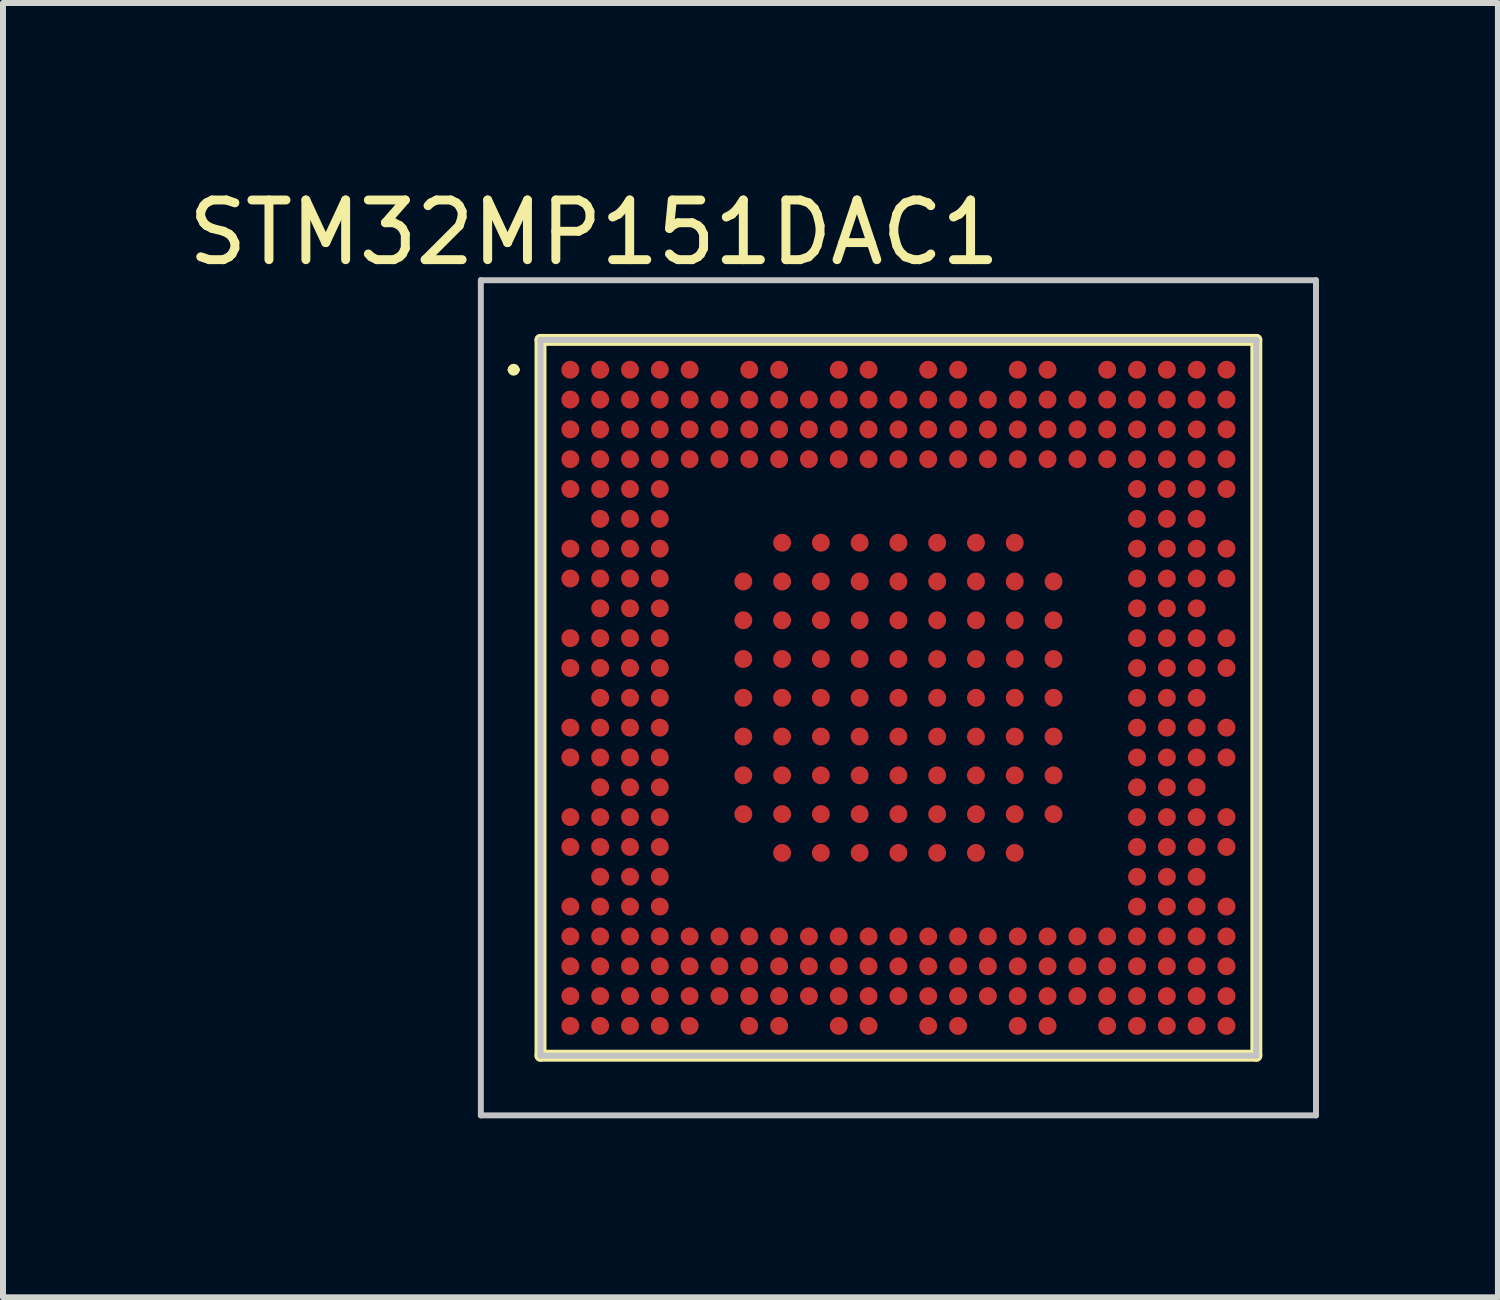
<source format=kicad_pcb>
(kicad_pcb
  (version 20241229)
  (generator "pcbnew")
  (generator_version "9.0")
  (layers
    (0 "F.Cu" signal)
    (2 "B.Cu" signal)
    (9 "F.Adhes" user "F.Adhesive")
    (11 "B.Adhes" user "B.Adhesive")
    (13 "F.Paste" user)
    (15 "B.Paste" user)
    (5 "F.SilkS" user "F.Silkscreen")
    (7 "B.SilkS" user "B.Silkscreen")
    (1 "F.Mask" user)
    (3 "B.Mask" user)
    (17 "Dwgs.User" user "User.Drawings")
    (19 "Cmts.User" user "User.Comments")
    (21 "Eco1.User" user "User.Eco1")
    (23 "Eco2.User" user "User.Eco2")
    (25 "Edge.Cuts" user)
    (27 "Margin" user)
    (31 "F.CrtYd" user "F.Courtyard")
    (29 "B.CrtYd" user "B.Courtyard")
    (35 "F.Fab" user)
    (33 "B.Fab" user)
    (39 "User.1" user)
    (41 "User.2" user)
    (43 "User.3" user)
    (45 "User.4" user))
  (footprint "STM32MP151DAC1"
    (layer "F.Cu")
    (at 12.011 8.648)
    (property "Reference" "STM32MP151DAC1" (at -5.1 -7.8 0) (layer "F.SilkS") (effects (font (size 1 1) (thickness 0.15))))
    (attr through_hole)
    (fp_line (start -6.5 -5.5) (end -6.5 -5.5) (stroke (width 0.1) (type solid)) (layer "F.SilkS"))
    (fp_line (start -6.4 -5.5) (end -6.4 -5.5) (stroke (width 0.1) (type solid)) (layer "F.SilkS"))
    (fp_line (start -6 -6) (end -6 6) (stroke (width 0.2) (type solid)) (layer "F.SilkS"))
    (fp_line (start -6 6) (end 6 6) (stroke (width 0.2) (type solid)) (layer "F.SilkS"))
    (fp_line (start 6 -6) (end -6 -6) (stroke (width 0.2) (type solid)) (layer "F.SilkS"))
    (fp_line (start 6 6) (end 6 -6) (stroke (width 0.2) (type solid)) (layer "F.SilkS"))
    (fp_arc (start -6.5 -5.5) (mid -6.45 -5.55) (end -6.4 -5.5) (stroke (width 0.1) (type solid)) (layer "F.SilkS"))
    (fp_arc (start -6.4 -5.5) (mid -6.45 -5.45) (end -6.5 -5.5) (stroke (width 0.1) (type solid)) (layer "F.SilkS"))
    (fp_line (start -7 -7) (end -7 7) (stroke (width 0.1) (type solid)) (layer "Dwgs.User"))
    (fp_line (start -7 7) (end 7 7) (stroke (width 0.1) (type solid)) (layer "Dwgs.User"))
    (fp_line (start -6 -6) (end -6 6) (stroke (width 0.1) (type solid)) (layer "Dwgs.User"))
    (fp_line (start -6 6) (end 6 6) (stroke (width 0.1) (type solid)) (layer "Dwgs.User"))
    (fp_line (start 6 -6) (end -6 -6) (stroke (width 0.1) (type solid)) (layer "Dwgs.User"))
    (fp_line (start 6 6) (end 6 -6) (stroke (width 0.1) (type solid)) (layer "Dwgs.User"))
    (fp_line (start 7 -7) (end -7 -7) (stroke (width 0.1) (type solid)) (layer "Dwgs.User"))
    (fp_line (start 7 7) (end 7 -7) (stroke (width 0.1) (type solid)) (layer "Dwgs.User"))
    (pad "A1" smd circle (at -5.5 -5.5 90) (size 0.3 0.3) (layers "F.Cu" "F.Mask" "F.Paste"))
    (pad "A2" smd circle (at -5 -5.5 90) (size 0.3 0.3) (layers "F.Cu" "F.Mask" "F.Paste"))
    (pad "A3" smd circle (at -4.5 -5.5 90) (size 0.3 0.3) (layers "F.Cu" "F.Mask" "F.Paste"))
    (pad "A4" smd circle (at -4 -5.5 90) (size 0.3 0.3) (layers "F.Cu" "F.Mask" "F.Paste"))
    (pad "A5" smd circle (at -3.5 -5.5 90) (size 0.3 0.3) (layers "F.Cu" "F.Mask" "F.Paste"))
    (pad "A7" smd circle (at -2.5 -5.5 90) (size 0.3 0.3) (layers "F.Cu" "F.Mask" "F.Paste"))
    (pad "A8" smd circle (at -2 -5.5 90) (size 0.3 0.3) (layers "F.Cu" "F.Mask" "F.Paste"))
    (pad "A10" smd circle (at -1 -5.5 90) (size 0.3 0.3) (layers "F.Cu" "F.Mask" "F.Paste"))
    (pad "A11" smd circle (at -0.5 -5.5 90) (size 0.3 0.3) (layers "F.Cu" "F.Mask" "F.Paste"))
    (pad "A13" smd circle (at 0.5 -5.5 90) (size 0.3 0.3) (layers "F.Cu" "F.Mask" "F.Paste"))
    (pad "A14" smd circle (at 1 -5.5 90) (size 0.3 0.3) (layers "F.Cu" "F.Mask" "F.Paste"))
    (pad "A16" smd circle (at 2 -5.5 90) (size 0.3 0.3) (layers "F.Cu" "F.Mask" "F.Paste"))
    (pad "A17" smd circle (at 2.5 -5.5 90) (size 0.3 0.3) (layers "F.Cu" "F.Mask" "F.Paste"))
    (pad "A19" smd circle (at 3.5 -5.5 90) (size 0.3 0.3) (layers "F.Cu" "F.Mask" "F.Paste"))
    (pad "A20" smd circle (at 4 -5.5 90) (size 0.3 0.3) (layers "F.Cu" "F.Mask" "F.Paste"))
    (pad "A21" smd circle (at 4.5 -5.5 90) (size 0.3 0.3) (layers "F.Cu" "F.Mask" "F.Paste"))
    (pad "A22" smd circle (at 5 -5.5 90) (size 0.3 0.3) (layers "F.Cu" "F.Mask" "F.Paste"))
    (pad "A23" smd circle (at 5.5 -5.5 90) (size 0.3 0.3) (layers "F.Cu" "F.Mask" "F.Paste"))
    (pad "AA1" smd circle (at -5.5 4.5 90) (size 0.3 0.3) (layers "F.Cu" "F.Mask" "F.Paste"))
    (pad "AA2" smd circle (at -5 4.5 90) (size 0.3 0.3) (layers "F.Cu" "F.Mask" "F.Paste"))
    (pad "AA3" smd circle (at -4.5 4.5 90) (size 0.3 0.3) (layers "F.Cu" "F.Mask" "F.Paste"))
    (pad "AA4" smd circle (at -4 4.5 90) (size 0.3 0.3) (layers "F.Cu" "F.Mask" "F.Paste"))
    (pad "AA5" smd circle (at -3.5 4.5 90) (size 0.3 0.3) (layers "F.Cu" "F.Mask" "F.Paste"))
    (pad "AA6" smd circle (at -3 4.5 90) (size 0.3 0.3) (layers "F.Cu" "F.Mask" "F.Paste"))
    (pad "AA7" smd circle (at -2.5 4.5 90) (size 0.3 0.3) (layers "F.Cu" "F.Mask" "F.Paste"))
    (pad "AA8" smd circle (at -2 4.5 90) (size 0.3 0.3) (layers "F.Cu" "F.Mask" "F.Paste"))
    (pad "AA9" smd circle (at -1.5 4.5 90) (size 0.3 0.3) (layers "F.Cu" "F.Mask" "F.Paste"))
    (pad "AA10" smd circle (at -1 4.5 90) (size 0.3 0.3) (layers "F.Cu" "F.Mask" "F.Paste"))
    (pad "AA11" smd circle (at -0.5 4.5 90) (size 0.3 0.3) (layers "F.Cu" "F.Mask" "F.Paste"))
    (pad "AA12" smd circle (at 0 4.5 90) (size 0.3 0.3) (layers "F.Cu" "F.Mask" "F.Paste"))
    (pad "AA13" smd circle (at 0.5 4.5 90) (size 0.3 0.3) (layers "F.Cu" "F.Mask" "F.Paste"))
    (pad "AA14" smd circle (at 1 4.5 90) (size 0.3 0.3) (layers "F.Cu" "F.Mask" "F.Paste"))
    (pad "AA15" smd circle (at 1.5 4.5 90) (size 0.3 0.3) (layers "F.Cu" "F.Mask" "F.Paste"))
    (pad "AA16" smd circle (at 2 4.5 90) (size 0.3 0.3) (layers "F.Cu" "F.Mask" "F.Paste"))
    (pad "AA17" smd circle (at 2.5 4.5 90) (size 0.3 0.3) (layers "F.Cu" "F.Mask" "F.Paste"))
    (pad "AA18" smd circle (at 3 4.5 90) (size 0.3 0.3) (layers "F.Cu" "F.Mask" "F.Paste"))
    (pad "AA19" smd circle (at 3.5 4.5 90) (size 0.3 0.3) (layers "F.Cu" "F.Mask" "F.Paste"))
    (pad "AA20" smd circle (at 4 4.5 90) (size 0.3 0.3) (layers "F.Cu" "F.Mask" "F.Paste"))
    (pad "AA21" smd circle (at 4.5 4.5 90) (size 0.3 0.3) (layers "F.Cu" "F.Mask" "F.Paste"))
    (pad "AA22" smd circle (at 5 4.5 90) (size 0.3 0.3) (layers "F.Cu" "F.Mask" "F.Paste"))
    (pad "AA23" smd circle (at 5.5 4.5 90) (size 0.3 0.3) (layers "F.Cu" "F.Mask" "F.Paste"))
    (pad "AAA2" smd circle (at -1.95 -2.6 90) (size 0.3 0.3) (layers "F.Cu" "F.Mask" "F.Paste"))
    (pad "AAA3" smd circle (at -1.3 -2.6 90) (size 0.3 0.3) (layers "F.Cu" "F.Mask" "F.Paste"))
    (pad "AAA4" smd circle (at -0.65 -2.6 90) (size 0.3 0.3) (layers "F.Cu" "F.Mask" "F.Paste"))
    (pad "AAA5" smd circle (at 0 -2.6 90) (size 0.3 0.3) (layers "F.Cu" "F.Mask" "F.Paste"))
    (pad "AAA6" smd circle (at 0.65 -2.6 90) (size 0.3 0.3) (layers "F.Cu" "F.Mask" "F.Paste"))
    (pad "AAA7" smd circle (at 1.3 -2.6 90) (size 0.3 0.3) (layers "F.Cu" "F.Mask" "F.Paste"))
    (pad "AAA8" smd circle (at 1.95 -2.6 90) (size 0.3 0.3) (layers "F.Cu" "F.Mask" "F.Paste"))
    (pad "AB1" smd circle (at -5.5 5 90) (size 0.3 0.3) (layers "F.Cu" "F.Mask" "F.Paste"))
    (pad "AB2" smd circle (at -5 5 90) (size 0.3 0.3) (layers "F.Cu" "F.Mask" "F.Paste"))
    (pad "AB3" smd circle (at -4.5 5 90) (size 0.3 0.3) (layers "F.Cu" "F.Mask" "F.Paste"))
    (pad "AB4" smd circle (at -4 5 90) (size 0.3 0.3) (layers "F.Cu" "F.Mask" "F.Paste"))
    (pad "AB5" smd circle (at -3.5 5 90) (size 0.3 0.3) (layers "F.Cu" "F.Mask" "F.Paste"))
    (pad "AB6" smd circle (at -3 5 90) (size 0.3 0.3) (layers "F.Cu" "F.Mask" "F.Paste"))
    (pad "AB7" smd circle (at -2.5 5 90) (size 0.3 0.3) (layers "F.Cu" "F.Mask" "F.Paste"))
    (pad "AB8" smd circle (at -2 5 90) (size 0.3 0.3) (layers "F.Cu" "F.Mask" "F.Paste"))
    (pad "AB9" smd circle (at -1.5 5 90) (size 0.3 0.3) (layers "F.Cu" "F.Mask" "F.Paste"))
    (pad "AB10" smd circle (at -1 5 90) (size 0.3 0.3) (layers "F.Cu" "F.Mask" "F.Paste"))
    (pad "AB11" smd circle (at -0.5 5 90) (size 0.3 0.3) (layers "F.Cu" "F.Mask" "F.Paste"))
    (pad "AB12" smd circle (at 0 5 90) (size 0.3 0.3) (layers "F.Cu" "F.Mask" "F.Paste"))
    (pad "AB13" smd circle (at 0.5 5 90) (size 0.3 0.3) (layers "F.Cu" "F.Mask" "F.Paste"))
    (pad "AB14" smd circle (at 1 5 90) (size 0.3 0.3) (layers "F.Cu" "F.Mask" "F.Paste"))
    (pad "AB15" smd circle (at 1.5 5 90) (size 0.3 0.3) (layers "F.Cu" "F.Mask" "F.Paste"))
    (pad "AB16" smd circle (at 2 5 90) (size 0.3 0.3) (layers "F.Cu" "F.Mask" "F.Paste"))
    (pad "AB17" smd circle (at 2.5 5 90) (size 0.3 0.3) (layers "F.Cu" "F.Mask" "F.Paste"))
    (pad "AB18" smd circle (at 3 5 90) (size 0.3 0.3) (layers "F.Cu" "F.Mask" "F.Paste"))
    (pad "AB19" smd circle (at 3.5 5 90) (size 0.3 0.3) (layers "F.Cu" "F.Mask" "F.Paste"))
    (pad "AB20" smd circle (at 4 5 90) (size 0.3 0.3) (layers "F.Cu" "F.Mask" "F.Paste"))
    (pad "AB21" smd circle (at 4.5 5 90) (size 0.3 0.3) (layers "F.Cu" "F.Mask" "F.Paste"))
    (pad "AB22" smd circle (at 5 5 90) (size 0.3 0.3) (layers "F.Cu" "F.Mask" "F.Paste"))
    (pad "AB23" smd circle (at 5.5 5 90) (size 0.3 0.3) (layers "F.Cu" "F.Mask" "F.Paste"))
    (pad "AC1" smd circle (at -5.5 5.5 90) (size 0.3 0.3) (layers "F.Cu" "F.Mask" "F.Paste"))
    (pad "AC2" smd circle (at -5 5.5 90) (size 0.3 0.3) (layers "F.Cu" "F.Mask" "F.Paste"))
    (pad "AC3" smd circle (at -4.5 5.5 90) (size 0.3 0.3) (layers "F.Cu" "F.Mask" "F.Paste"))
    (pad "AC4" smd circle (at -4 5.5 90) (size 0.3 0.3) (layers "F.Cu" "F.Mask" "F.Paste"))
    (pad "AC5" smd circle (at -3.5 5.5 90) (size 0.3 0.3) (layers "F.Cu" "F.Mask" "F.Paste"))
    (pad "AC7" smd circle (at -2.5 5.5 90) (size 0.3 0.3) (layers "F.Cu" "F.Mask" "F.Paste"))
    (pad "AC8" smd circle (at -2 5.5 90) (size 0.3 0.3) (layers "F.Cu" "F.Mask" "F.Paste"))
    (pad "AC10" smd circle (at -1 5.5 90) (size 0.3 0.3) (layers "F.Cu" "F.Mask" "F.Paste"))
    (pad "AC11" smd circle (at -0.5 5.5 90) (size 0.3 0.3) (layers "F.Cu" "F.Mask" "F.Paste"))
    (pad "AC13" smd circle (at 0.5 5.5 90) (size 0.3 0.3) (layers "F.Cu" "F.Mask" "F.Paste"))
    (pad "AC14" smd circle (at 1 5.5 90) (size 0.3 0.3) (layers "F.Cu" "F.Mask" "F.Paste"))
    (pad "AC16" smd circle (at 2 5.5 90) (size 0.3 0.3) (layers "F.Cu" "F.Mask" "F.Paste"))
    (pad "AC17" smd circle (at 2.5 5.5 90) (size 0.3 0.3) (layers "F.Cu" "F.Mask" "F.Paste"))
    (pad "AC19" smd circle (at 3.5 5.5 90) (size 0.3 0.3) (layers "F.Cu" "F.Mask" "F.Paste"))
    (pad "AC20" smd circle (at 4 5.5 90) (size 0.3 0.3) (layers "F.Cu" "F.Mask" "F.Paste"))
    (pad "AC21" smd circle (at 4.5 5.5 90) (size 0.3 0.3) (layers "F.Cu" "F.Mask" "F.Paste"))
    (pad "AC22" smd circle (at 5 5.5 90) (size 0.3 0.3) (layers "F.Cu" "F.Mask" "F.Paste"))
    (pad "AC23" smd circle (at 5.5 5.5 90) (size 0.3 0.3) (layers "F.Cu" "F.Mask" "F.Paste"))
    (pad "B1" smd circle (at -5.5 -5 90) (size 0.3 0.3) (layers "F.Cu" "F.Mask" "F.Paste"))
    (pad "B2" smd circle (at -5 -5 90) (size 0.3 0.3) (layers "F.Cu" "F.Mask" "F.Paste"))
    (pad "B3" smd circle (at -4.5 -5 90) (size 0.3 0.3) (layers "F.Cu" "F.Mask" "F.Paste"))
    (pad "B4" smd circle (at -4 -5 90) (size 0.3 0.3) (layers "F.Cu" "F.Mask" "F.Paste"))
    (pad "B5" smd circle (at -3.5 -5 90) (size 0.3 0.3) (layers "F.Cu" "F.Mask" "F.Paste"))
    (pad "B6" smd circle (at -3 -5 90) (size 0.3 0.3) (layers "F.Cu" "F.Mask" "F.Paste"))
    (pad "B7" smd circle (at -2.5 -5 90) (size 0.3 0.3) (layers "F.Cu" "F.Mask" "F.Paste"))
    (pad "B8" smd circle (at -2 -5 90) (size 0.3 0.3) (layers "F.Cu" "F.Mask" "F.Paste"))
    (pad "B9" smd circle (at -1.5 -5 90) (size 0.3 0.3) (layers "F.Cu" "F.Mask" "F.Paste"))
    (pad "B10" smd circle (at -1 -5 90) (size 0.3 0.3) (layers "F.Cu" "F.Mask" "F.Paste"))
    (pad "B11" smd circle (at -0.5 -5 90) (size 0.3 0.3) (layers "F.Cu" "F.Mask" "F.Paste"))
    (pad "B12" smd circle (at 0 -5 90) (size 0.3 0.3) (layers "F.Cu" "F.Mask" "F.Paste"))
    (pad "B13" smd circle (at 0.5 -5 90) (size 0.3 0.3) (layers "F.Cu" "F.Mask" "F.Paste"))
    (pad "B14" smd circle (at 1 -5 90) (size 0.3 0.3) (layers "F.Cu" "F.Mask" "F.Paste"))
    (pad "B15" smd circle (at 1.5 -5 90) (size 0.3 0.3) (layers "F.Cu" "F.Mask" "F.Paste"))
    (pad "B16" smd circle (at 2 -5 90) (size 0.3 0.3) (layers "F.Cu" "F.Mask" "F.Paste"))
    (pad "B17" smd circle (at 2.5 -5 90) (size 0.3 0.3) (layers "F.Cu" "F.Mask" "F.Paste"))
    (pad "B18" smd circle (at 3 -5 90) (size 0.3 0.3) (layers "F.Cu" "F.Mask" "F.Paste"))
    (pad "B19" smd circle (at 3.5 -5 90) (size 0.3 0.3) (layers "F.Cu" "F.Mask" "F.Paste"))
    (pad "B20" smd circle (at 4 -5 90) (size 0.3 0.3) (layers "F.Cu" "F.Mask" "F.Paste"))
    (pad "B21" smd circle (at 4.5 -5 90) (size 0.3 0.3) (layers "F.Cu" "F.Mask" "F.Paste"))
    (pad "B22" smd circle (at 5 -5 90) (size 0.3 0.3) (layers "F.Cu" "F.Mask" "F.Paste"))
    (pad "B23" smd circle (at 5.5 -5 90) (size 0.3 0.3) (layers "F.Cu" "F.Mask" "F.Paste"))
    (pad "BBB1" smd circle (at -2.6 -1.95 90) (size 0.3 0.3) (layers "F.Cu" "F.Mask" "F.Paste"))
    (pad "BBB2" smd circle (at -1.95 -1.95 90) (size 0.3 0.3) (layers "F.Cu" "F.Mask" "F.Paste"))
    (pad "BBB3" smd circle (at -1.3 -1.95 90) (size 0.3 0.3) (layers "F.Cu" "F.Mask" "F.Paste"))
    (pad "BBB4" smd circle (at -0.65 -1.95 90) (size 0.3 0.3) (layers "F.Cu" "F.Mask" "F.Paste"))
    (pad "BBB5" smd circle (at 0 -1.95 90) (size 0.3 0.3) (layers "F.Cu" "F.Mask" "F.Paste"))
    (pad "BBB6" smd circle (at 0.65 -1.95 90) (size 0.3 0.3) (layers "F.Cu" "F.Mask" "F.Paste"))
    (pad "BBB7" smd circle (at 1.3 -1.95 90) (size 0.3 0.3) (layers "F.Cu" "F.Mask" "F.Paste"))
    (pad "BBB8" smd circle (at 1.95 -1.95 90) (size 0.3 0.3) (layers "F.Cu" "F.Mask" "F.Paste"))
    (pad "BBB9" smd circle (at 2.6 -1.95 90) (size 0.3 0.3) (layers "F.Cu" "F.Mask" "F.Paste"))
    (pad "C1" smd circle (at -5.5 -4.5 90) (size 0.3 0.3) (layers "F.Cu" "F.Mask" "F.Paste"))
    (pad "C2" smd circle (at -5 -4.5 90) (size 0.3 0.3) (layers "F.Cu" "F.Mask" "F.Paste"))
    (pad "C3" smd circle (at -4.5 -4.5 90) (size 0.3 0.3) (layers "F.Cu" "F.Mask" "F.Paste"))
    (pad "C4" smd circle (at -4 -4.5 90) (size 0.3 0.3) (layers "F.Cu" "F.Mask" "F.Paste"))
    (pad "C5" smd circle (at -3.5 -4.5 90) (size 0.3 0.3) (layers "F.Cu" "F.Mask" "F.Paste"))
    (pad "C6" smd circle (at -3 -4.5 90) (size 0.3 0.3) (layers "F.Cu" "F.Mask" "F.Paste"))
    (pad "C7" smd circle (at -2.5 -4.5 90) (size 0.3 0.3) (layers "F.Cu" "F.Mask" "F.Paste"))
    (pad "C8" smd circle (at -2 -4.5 90) (size 0.3 0.3) (layers "F.Cu" "F.Mask" "F.Paste"))
    (pad "C9" smd circle (at -1.5 -4.5 90) (size 0.3 0.3) (layers "F.Cu" "F.Mask" "F.Paste"))
    (pad "C10" smd circle (at -1 -4.5 90) (size 0.3 0.3) (layers "F.Cu" "F.Mask" "F.Paste"))
    (pad "C11" smd circle (at -0.5 -4.5 90) (size 0.3 0.3) (layers "F.Cu" "F.Mask" "F.Paste"))
    (pad "C12" smd circle (at 0 -4.5 90) (size 0.3 0.3) (layers "F.Cu" "F.Mask" "F.Paste"))
    (pad "C13" smd circle (at 0.5 -4.5 90) (size 0.3 0.3) (layers "F.Cu" "F.Mask" "F.Paste"))
    (pad "C14" smd circle (at 1 -4.5 90) (size 0.3 0.3) (layers "F.Cu" "F.Mask" "F.Paste"))
    (pad "C15" smd circle (at 1.5 -4.5 90) (size 0.3 0.3) (layers "F.Cu" "F.Mask" "F.Paste"))
    (pad "C16" smd circle (at 2 -4.5 90) (size 0.3 0.3) (layers "F.Cu" "F.Mask" "F.Paste"))
    (pad "C17" smd circle (at 2.5 -4.5 90) (size 0.3 0.3) (layers "F.Cu" "F.Mask" "F.Paste"))
    (pad "C18" smd circle (at 3 -4.5 90) (size 0.3 0.3) (layers "F.Cu" "F.Mask" "F.Paste"))
    (pad "C19" smd circle (at 3.5 -4.5 90) (size 0.3 0.3) (layers "F.Cu" "F.Mask" "F.Paste"))
    (pad "C20" smd circle (at 4 -4.5 90) (size 0.3 0.3) (layers "F.Cu" "F.Mask" "F.Paste"))
    (pad "C21" smd circle (at 4.5 -4.5 90) (size 0.3 0.3) (layers "F.Cu" "F.Mask" "F.Paste"))
    (pad "C22" smd circle (at 5 -4.5 90) (size 0.3 0.3) (layers "F.Cu" "F.Mask" "F.Paste"))
    (pad "C23" smd circle (at 5.5 -4.5 90) (size 0.3 0.3) (layers "F.Cu" "F.Mask" "F.Paste"))
    (pad "CCC1" smd circle (at -2.6 -1.3 90) (size 0.3 0.3) (layers "F.Cu" "F.Mask" "F.Paste"))
    (pad "CCC2" smd circle (at -1.95 -1.3 90) (size 0.3 0.3) (layers "F.Cu" "F.Mask" "F.Paste"))
    (pad "CCC3" smd circle (at -1.3 -1.3 90) (size 0.3 0.3) (layers "F.Cu" "F.Mask" "F.Paste"))
    (pad "CCC4" smd circle (at -0.65 -1.3 90) (size 0.3 0.3) (layers "F.Cu" "F.Mask" "F.Paste"))
    (pad "CCC5" smd circle (at 0 -1.3 90) (size 0.3 0.3) (layers "F.Cu" "F.Mask" "F.Paste"))
    (pad "CCC6" smd circle (at 0.65 -1.3 90) (size 0.3 0.3) (layers "F.Cu" "F.Mask" "F.Paste"))
    (pad "CCC7" smd circle (at 1.3 -1.3 90) (size 0.3 0.3) (layers "F.Cu" "F.Mask" "F.Paste"))
    (pad "CCC8" smd circle (at 1.95 -1.3 90) (size 0.3 0.3) (layers "F.Cu" "F.Mask" "F.Paste"))
    (pad "CCC9" smd circle (at 2.6 -1.3 90) (size 0.3 0.3) (layers "F.Cu" "F.Mask" "F.Paste"))
    (pad "D1" smd circle (at -5.5 -4 90) (size 0.3 0.3) (layers "F.Cu" "F.Mask" "F.Paste"))
    (pad "D2" smd circle (at -5 -4 90) (size 0.3 0.3) (layers "F.Cu" "F.Mask" "F.Paste"))
    (pad "D3" smd circle (at -4.5 -4 90) (size 0.3 0.3) (layers "F.Cu" "F.Mask" "F.Paste"))
    (pad "D4" smd circle (at -4 -4 90) (size 0.3 0.3) (layers "F.Cu" "F.Mask" "F.Paste"))
    (pad "D5" smd circle (at -3.5 -4 90) (size 0.3 0.3) (layers "F.Cu" "F.Mask" "F.Paste"))
    (pad "D6" smd circle (at -3 -4 90) (size 0.3 0.3) (layers "F.Cu" "F.Mask" "F.Paste"))
    (pad "D7" smd circle (at -2.5 -4 90) (size 0.3 0.3) (layers "F.Cu" "F.Mask" "F.Paste"))
    (pad "D8" smd circle (at -2 -4 90) (size 0.3 0.3) (layers "F.Cu" "F.Mask" "F.Paste"))
    (pad "D9" smd circle (at -1.5 -4 90) (size 0.3 0.3) (layers "F.Cu" "F.Mask" "F.Paste"))
    (pad "D10" smd circle (at -1 -4 90) (size 0.3 0.3) (layers "F.Cu" "F.Mask" "F.Paste"))
    (pad "D11" smd circle (at -0.5 -4 90) (size 0.3 0.3) (layers "F.Cu" "F.Mask" "F.Paste"))
    (pad "D12" smd circle (at 0 -4 90) (size 0.3 0.3) (layers "F.Cu" "F.Mask" "F.Paste"))
    (pad "D13" smd circle (at 0.5 -4 90) (size 0.3 0.3) (layers "F.Cu" "F.Mask" "F.Paste"))
    (pad "D14" smd circle (at 1 -4 90) (size 0.3 0.3) (layers "F.Cu" "F.Mask" "F.Paste"))
    (pad "D15" smd circle (at 1.5 -4 90) (size 0.3 0.3) (layers "F.Cu" "F.Mask" "F.Paste"))
    (pad "D16" smd circle (at 2 -4 90) (size 0.3 0.3) (layers "F.Cu" "F.Mask" "F.Paste"))
    (pad "D17" smd circle (at 2.5 -4 90) (size 0.3 0.3) (layers "F.Cu" "F.Mask" "F.Paste"))
    (pad "D18" smd circle (at 3 -4 90) (size 0.3 0.3) (layers "F.Cu" "F.Mask" "F.Paste"))
    (pad "D19" smd circle (at 3.5 -4 90) (size 0.3 0.3) (layers "F.Cu" "F.Mask" "F.Paste"))
    (pad "D20" smd circle (at 4 -4 90) (size 0.3 0.3) (layers "F.Cu" "F.Mask" "F.Paste"))
    (pad "D21" smd circle (at 4.5 -4 90) (size 0.3 0.3) (layers "F.Cu" "F.Mask" "F.Paste"))
    (pad "D22" smd circle (at 5 -4 90) (size 0.3 0.3) (layers "F.Cu" "F.Mask" "F.Paste"))
    (pad "D23" smd circle (at 5.5 -4 90) (size 0.3 0.3) (layers "F.Cu" "F.Mask" "F.Paste"))
    (pad "DDD1" smd circle (at -2.6 -0.65 90) (size 0.3 0.3) (layers "F.Cu" "F.Mask" "F.Paste"))
    (pad "DDD2" smd circle (at -1.95 -0.65 90) (size 0.3 0.3) (layers "F.Cu" "F.Mask" "F.Paste"))
    (pad "DDD3" smd circle (at -1.3 -0.65 90) (size 0.3 0.3) (layers "F.Cu" "F.Mask" "F.Paste"))
    (pad "DDD4" smd circle (at -0.65 -0.65 90) (size 0.3 0.3) (layers "F.Cu" "F.Mask" "F.Paste"))
    (pad "DDD5" smd circle (at 0 -0.65 90) (size 0.3 0.3) (layers "F.Cu" "F.Mask" "F.Paste"))
    (pad "DDD6" smd circle (at 0.65 -0.65 90) (size 0.3 0.3) (layers "F.Cu" "F.Mask" "F.Paste"))
    (pad "DDD7" smd circle (at 1.3 -0.65 90) (size 0.3 0.3) (layers "F.Cu" "F.Mask" "F.Paste"))
    (pad "DDD8" smd circle (at 1.95 -0.65 90) (size 0.3 0.3) (layers "F.Cu" "F.Mask" "F.Paste"))
    (pad "DDD9" smd circle (at 2.6 -0.65 90) (size 0.3 0.3) (layers "F.Cu" "F.Mask" "F.Paste"))
    (pad "E1" smd circle (at -5.5 -3.5 90) (size 0.3 0.3) (layers "F.Cu" "F.Mask" "F.Paste"))
    (pad "E2" smd circle (at -5 -3.5 90) (size 0.3 0.3) (layers "F.Cu" "F.Mask" "F.Paste"))
    (pad "E3" smd circle (at -4.5 -3.5 90) (size 0.3 0.3) (layers "F.Cu" "F.Mask" "F.Paste"))
    (pad "E4" smd circle (at -4 -3.5 90) (size 0.3 0.3) (layers "F.Cu" "F.Mask" "F.Paste"))
    (pad "E20" smd circle (at 4 -3.5 90) (size 0.3 0.3) (layers "F.Cu" "F.Mask" "F.Paste"))
    (pad "E21" smd circle (at 4.5 -3.5 90) (size 0.3 0.3) (layers "F.Cu" "F.Mask" "F.Paste"))
    (pad "E22" smd circle (at 5 -3.5 90) (size 0.3 0.3) (layers "F.Cu" "F.Mask" "F.Paste"))
    (pad "E23" smd circle (at 5.5 -3.5 90) (size 0.3 0.3) (layers "F.Cu" "F.Mask" "F.Paste"))
    (pad "EEE1" smd circle (at -2.6 0 90) (size 0.3 0.3) (layers "F.Cu" "F.Mask" "F.Paste"))
    (pad "EEE2" smd circle (at -1.95 0 90) (size 0.3 0.3) (layers "F.Cu" "F.Mask" "F.Paste"))
    (pad "EEE3" smd circle (at -1.3 0 90) (size 0.3 0.3) (layers "F.Cu" "F.Mask" "F.Paste"))
    (pad "EEE4" smd circle (at -0.65 0 90) (size 0.3 0.3) (layers "F.Cu" "F.Mask" "F.Paste"))
    (pad "EEE5" smd circle (at 0 0 90) (size 0.3 0.3) (layers "F.Cu" "F.Mask" "F.Paste"))
    (pad "EEE6" smd circle (at 0.65 0 90) (size 0.3 0.3) (layers "F.Cu" "F.Mask" "F.Paste"))
    (pad "EEE7" smd circle (at 1.3 0 90) (size 0.3 0.3) (layers "F.Cu" "F.Mask" "F.Paste"))
    (pad "EEE8" smd circle (at 1.95 0 90) (size 0.3 0.3) (layers "F.Cu" "F.Mask" "F.Paste"))
    (pad "EEE9" smd circle (at 2.6 0 90) (size 0.3 0.3) (layers "F.Cu" "F.Mask" "F.Paste"))
    (pad "F2" smd circle (at -5 -3 90) (size 0.3 0.3) (layers "F.Cu" "F.Mask" "F.Paste"))
    (pad "F3" smd circle (at -4.5 -3 90) (size 0.3 0.3) (layers "F.Cu" "F.Mask" "F.Paste"))
    (pad "F4" smd circle (at -4 -3 90) (size 0.3 0.3) (layers "F.Cu" "F.Mask" "F.Paste"))
    (pad "F20" smd circle (at 4 -3 90) (size 0.3 0.3) (layers "F.Cu" "F.Mask" "F.Paste"))
    (pad "F21" smd circle (at 4.5 -3 90) (size 0.3 0.3) (layers "F.Cu" "F.Mask" "F.Paste"))
    (pad "F22" smd circle (at 5 -3 90) (size 0.3 0.3) (layers "F.Cu" "F.Mask" "F.Paste"))
    (pad "FFF1" smd circle (at -2.6 0.65 90) (size 0.3 0.3) (layers "F.Cu" "F.Mask" "F.Paste"))
    (pad "FFF2" smd circle (at -1.95 0.65 90) (size 0.3 0.3) (layers "F.Cu" "F.Mask" "F.Paste"))
    (pad "FFF3" smd circle (at -1.3 0.65 90) (size 0.3 0.3) (layers "F.Cu" "F.Mask" "F.Paste"))
    (pad "FFF4" smd circle (at -0.65 0.65 90) (size 0.3 0.3) (layers "F.Cu" "F.Mask" "F.Paste"))
    (pad "FFF5" smd circle (at 0 0.65 90) (size 0.3 0.3) (layers "F.Cu" "F.Mask" "F.Paste"))
    (pad "FFF6" smd circle (at 0.65 0.65 90) (size 0.3 0.3) (layers "F.Cu" "F.Mask" "F.Paste"))
    (pad "FFF7" smd circle (at 1.3 0.65 90) (size 0.3 0.3) (layers "F.Cu" "F.Mask" "F.Paste"))
    (pad "FFF8" smd circle (at 1.95 0.65 90) (size 0.3 0.3) (layers "F.Cu" "F.Mask" "F.Paste"))
    (pad "FFF9" smd circle (at 2.6 0.65 90) (size 0.3 0.3) (layers "F.Cu" "F.Mask" "F.Paste"))
    (pad "G1" smd circle (at -5.5 -2.5 90) (size 0.3 0.3) (layers "F.Cu" "F.Mask" "F.Paste"))
    (pad "G2" smd circle (at -5 -2.5 90) (size 0.3 0.3) (layers "F.Cu" "F.Mask" "F.Paste"))
    (pad "G3" smd circle (at -4.5 -2.5 90) (size 0.3 0.3) (layers "F.Cu" "F.Mask" "F.Paste"))
    (pad "G4" smd circle (at -4 -2.5 90) (size 0.3 0.3) (layers "F.Cu" "F.Mask" "F.Paste"))
    (pad "G20" smd circle (at 4 -2.5 90) (size 0.3 0.3) (layers "F.Cu" "F.Mask" "F.Paste"))
    (pad "G21" smd circle (at 4.5 -2.5 90) (size 0.3 0.3) (layers "F.Cu" "F.Mask" "F.Paste"))
    (pad "G22" smd circle (at 5 -2.5 90) (size 0.3 0.3) (layers "F.Cu" "F.Mask" "F.Paste"))
    (pad "G23" smd circle (at 5.5 -2.5 90) (size 0.3 0.3) (layers "F.Cu" "F.Mask" "F.Paste"))
    (pad "GGG1" smd circle (at -2.6 1.3 90) (size 0.3 0.3) (layers "F.Cu" "F.Mask" "F.Paste"))
    (pad "GGG2" smd circle (at -1.95 1.3 90) (size 0.3 0.3) (layers "F.Cu" "F.Mask" "F.Paste"))
    (pad "GGG3" smd circle (at -1.3 1.3 90) (size 0.3 0.3) (layers "F.Cu" "F.Mask" "F.Paste"))
    (pad "GGG4" smd circle (at -0.65 1.3 90) (size 0.3 0.3) (layers "F.Cu" "F.Mask" "F.Paste"))
    (pad "GGG5" smd circle (at 0 1.3 90) (size 0.3 0.3) (layers "F.Cu" "F.Mask" "F.Paste"))
    (pad "GGG6" smd circle (at 0.65 1.3 90) (size 0.3 0.3) (layers "F.Cu" "F.Mask" "F.Paste"))
    (pad "GGG7" smd circle (at 1.3 1.3 90) (size 0.3 0.3) (layers "F.Cu" "F.Mask" "F.Paste"))
    (pad "GGG8" smd circle (at 1.95 1.3 90) (size 0.3 0.3) (layers "F.Cu" "F.Mask" "F.Paste"))
    (pad "GGG9" smd circle (at 2.6 1.3 90) (size 0.3 0.3) (layers "F.Cu" "F.Mask" "F.Paste"))
    (pad "H1" smd circle (at -5.5 -2 90) (size 0.3 0.3) (layers "F.Cu" "F.Mask" "F.Paste"))
    (pad "H2" smd circle (at -5 -2 90) (size 0.3 0.3) (layers "F.Cu" "F.Mask" "F.Paste"))
    (pad "H3" smd circle (at -4.5 -2 90) (size 0.3 0.3) (layers "F.Cu" "F.Mask" "F.Paste"))
    (pad "H4" smd circle (at -4 -2 90) (size 0.3 0.3) (layers "F.Cu" "F.Mask" "F.Paste"))
    (pad "H20" smd circle (at 4 -2 90) (size 0.3 0.3) (layers "F.Cu" "F.Mask" "F.Paste"))
    (pad "H21" smd circle (at 4.5 -2 90) (size 0.3 0.3) (layers "F.Cu" "F.Mask" "F.Paste"))
    (pad "H22" smd circle (at 5 -2 90) (size 0.3 0.3) (layers "F.Cu" "F.Mask" "F.Paste"))
    (pad "H23" smd circle (at 5.5 -2 90) (size 0.3 0.3) (layers "F.Cu" "F.Mask" "F.Paste"))
    (pad "HHH1" smd circle (at -2.6 1.95 90) (size 0.3 0.3) (layers "F.Cu" "F.Mask" "F.Paste"))
    (pad "HHH2" smd circle (at -1.95 1.95 90) (size 0.3 0.3) (layers "F.Cu" "F.Mask" "F.Paste"))
    (pad "HHH3" smd circle (at -1.3 1.95 90) (size 0.3 0.3) (layers "F.Cu" "F.Mask" "F.Paste"))
    (pad "HHH4" smd circle (at -0.65 1.95 90) (size 0.3 0.3) (layers "F.Cu" "F.Mask" "F.Paste"))
    (pad "HHH5" smd circle (at 0 1.95 90) (size 0.3 0.3) (layers "F.Cu" "F.Mask" "F.Paste"))
    (pad "HHH6" smd circle (at 0.65 1.95 90) (size 0.3 0.3) (layers "F.Cu" "F.Mask" "F.Paste"))
    (pad "HHH7" smd circle (at 1.3 1.95 90) (size 0.3 0.3) (layers "F.Cu" "F.Mask" "F.Paste"))
    (pad "HHH8" smd circle (at 1.95 1.95 90) (size 0.3 0.3) (layers "F.Cu" "F.Mask" "F.Paste"))
    (pad "HHH9" smd circle (at 2.6 1.95 90) (size 0.3 0.3) (layers "F.Cu" "F.Mask" "F.Paste"))
    (pad "J2" smd circle (at -5 -1.5 90) (size 0.3 0.3) (layers "F.Cu" "F.Mask" "F.Paste"))
    (pad "J3" smd circle (at -4.5 -1.5 90) (size 0.3 0.3) (layers "F.Cu" "F.Mask" "F.Paste"))
    (pad "J4" smd circle (at -4 -1.5 90) (size 0.3 0.3) (layers "F.Cu" "F.Mask" "F.Paste"))
    (pad "J20" smd circle (at 4 -1.5 90) (size 0.3 0.3) (layers "F.Cu" "F.Mask" "F.Paste"))
    (pad "J21" smd circle (at 4.5 -1.5 90) (size 0.3 0.3) (layers "F.Cu" "F.Mask" "F.Paste"))
    (pad "J22" smd circle (at 5 -1.5 90) (size 0.3 0.3) (layers "F.Cu" "F.Mask" "F.Paste"))
    (pad "JJJ2" smd circle (at -1.95 2.6 90) (size 0.3 0.3) (layers "F.Cu" "F.Mask" "F.Paste"))
    (pad "JJJ3" smd circle (at -1.3 2.6 90) (size 0.3 0.3) (layers "F.Cu" "F.Mask" "F.Paste"))
    (pad "JJJ4" smd circle (at -0.65 2.6 90) (size 0.3 0.3) (layers "F.Cu" "F.Mask" "F.Paste"))
    (pad "JJJ5" smd circle (at 0 2.6 90) (size 0.3 0.3) (layers "F.Cu" "F.Mask" "F.Paste"))
    (pad "JJJ6" smd circle (at 0.65 2.6 90) (size 0.3 0.3) (layers "F.Cu" "F.Mask" "F.Paste"))
    (pad "JJJ7" smd circle (at 1.3 2.6 90) (size 0.3 0.3) (layers "F.Cu" "F.Mask" "F.Paste"))
    (pad "JJJ8" smd circle (at 1.95 2.6 90) (size 0.3 0.3) (layers "F.Cu" "F.Mask" "F.Paste"))
    (pad "K1" smd circle (at -5.5 -1 90) (size 0.3 0.3) (layers "F.Cu" "F.Mask" "F.Paste"))
    (pad "K2" smd circle (at -5 -1 90) (size 0.3 0.3) (layers "F.Cu" "F.Mask" "F.Paste"))
    (pad "K3" smd circle (at -4.5 -1 90) (size 0.3 0.3) (layers "F.Cu" "F.Mask" "F.Paste"))
    (pad "K4" smd circle (at -4 -1 90) (size 0.3 0.3) (layers "F.Cu" "F.Mask" "F.Paste"))
    (pad "K20" smd circle (at 4 -1 90) (size 0.3 0.3) (layers "F.Cu" "F.Mask" "F.Paste"))
    (pad "K21" smd circle (at 4.5 -1 90) (size 0.3 0.3) (layers "F.Cu" "F.Mask" "F.Paste"))
    (pad "K22" smd circle (at 5 -1 90) (size 0.3 0.3) (layers "F.Cu" "F.Mask" "F.Paste"))
    (pad "K23" smd circle (at 5.5 -1 90) (size 0.3 0.3) (layers "F.Cu" "F.Mask" "F.Paste"))
    (pad "L1" smd circle (at -5.5 -0.5 90) (size 0.3 0.3) (layers "F.Cu" "F.Mask" "F.Paste"))
    (pad "L2" smd circle (at -5 -0.5 90) (size 0.3 0.3) (layers "F.Cu" "F.Mask" "F.Paste"))
    (pad "L3" smd circle (at -4.5 -0.5 90) (size 0.3 0.3) (layers "F.Cu" "F.Mask" "F.Paste"))
    (pad "L4" smd circle (at -4 -0.5 90) (size 0.3 0.3) (layers "F.Cu" "F.Mask" "F.Paste"))
    (pad "L20" smd circle (at 4 -0.5 90) (size 0.3 0.3) (layers "F.Cu" "F.Mask" "F.Paste"))
    (pad "L21" smd circle (at 4.5 -0.5 90) (size 0.3 0.3) (layers "F.Cu" "F.Mask" "F.Paste"))
    (pad "L22" smd circle (at 5 -0.5 90) (size 0.3 0.3) (layers "F.Cu" "F.Mask" "F.Paste"))
    (pad "L23" smd circle (at 5.5 -0.5 90) (size 0.3 0.3) (layers "F.Cu" "F.Mask" "F.Paste"))
    (pad "M2" smd circle (at -5 0 90) (size 0.3 0.3) (layers "F.Cu" "F.Mask" "F.Paste"))
    (pad "M3" smd circle (at -4.5 0 90) (size 0.3 0.3) (layers "F.Cu" "F.Mask" "F.Paste"))
    (pad "M4" smd circle (at -4 0 90) (size 0.3 0.3) (layers "F.Cu" "F.Mask" "F.Paste"))
    (pad "M20" smd circle (at 4 0 90) (size 0.3 0.3) (layers "F.Cu" "F.Mask" "F.Paste"))
    (pad "M21" smd circle (at 4.5 0 90) (size 0.3 0.3) (layers "F.Cu" "F.Mask" "F.Paste"))
    (pad "M22" smd circle (at 5 0 90) (size 0.3 0.3) (layers "F.Cu" "F.Mask" "F.Paste"))
    (pad "N1" smd circle (at -5.5 0.5 90) (size 0.3 0.3) (layers "F.Cu" "F.Mask" "F.Paste"))
    (pad "N2" smd circle (at -5 0.5 90) (size 0.3 0.3) (layers "F.Cu" "F.Mask" "F.Paste"))
    (pad "N3" smd circle (at -4.5 0.5 90) (size 0.3 0.3) (layers "F.Cu" "F.Mask" "F.Paste"))
    (pad "N4" smd circle (at -4 0.5 90) (size 0.3 0.3) (layers "F.Cu" "F.Mask" "F.Paste"))
    (pad "N20" smd circle (at 4 0.5 90) (size 0.3 0.3) (layers "F.Cu" "F.Mask" "F.Paste"))
    (pad "N21" smd circle (at 4.5 0.5 90) (size 0.3 0.3) (layers "F.Cu" "F.Mask" "F.Paste"))
    (pad "N22" smd circle (at 5 0.5 90) (size 0.3 0.3) (layers "F.Cu" "F.Mask" "F.Paste"))
    (pad "N23" smd circle (at 5.5 0.5 90) (size 0.3 0.3) (layers "F.Cu" "F.Mask" "F.Paste"))
    (pad "P1" smd circle (at -5.5 1 90) (size 0.3 0.3) (layers "F.Cu" "F.Mask" "F.Paste"))
    (pad "P2" smd circle (at -5 1 90) (size 0.3 0.3) (layers "F.Cu" "F.Mask" "F.Paste"))
    (pad "P3" smd circle (at -4.5 1 90) (size 0.3 0.3) (layers "F.Cu" "F.Mask" "F.Paste"))
    (pad "P4" smd circle (at -4 1 90) (size 0.3 0.3) (layers "F.Cu" "F.Mask" "F.Paste"))
    (pad "P20" smd circle (at 4 1 90) (size 0.3 0.3) (layers "F.Cu" "F.Mask" "F.Paste"))
    (pad "P21" smd circle (at 4.5 1 90) (size 0.3 0.3) (layers "F.Cu" "F.Mask" "F.Paste"))
    (pad "P22" smd circle (at 5 1 90) (size 0.3 0.3) (layers "F.Cu" "F.Mask" "F.Paste"))
    (pad "P23" smd circle (at 5.5 1 90) (size 0.3 0.3) (layers "F.Cu" "F.Mask" "F.Paste"))
    (pad "R2" smd circle (at -5 1.5 90) (size 0.3 0.3) (layers "F.Cu" "F.Mask" "F.Paste"))
    (pad "R3" smd circle (at -4.5 1.5 90) (size 0.3 0.3) (layers "F.Cu" "F.Mask" "F.Paste"))
    (pad "R4" smd circle (at -4 1.5 90) (size 0.3 0.3) (layers "F.Cu" "F.Mask" "F.Paste"))
    (pad "R20" smd circle (at 4 1.5 90) (size 0.3 0.3) (layers "F.Cu" "F.Mask" "F.Paste"))
    (pad "R21" smd circle (at 4.5 1.5 90) (size 0.3 0.3) (layers "F.Cu" "F.Mask" "F.Paste"))
    (pad "R22" smd circle (at 5 1.5 90) (size 0.3 0.3) (layers "F.Cu" "F.Mask" "F.Paste"))
    (pad "T1" smd circle (at -5.5 2 90) (size 0.3 0.3) (layers "F.Cu" "F.Mask" "F.Paste"))
    (pad "T2" smd circle (at -5 2 90) (size 0.3 0.3) (layers "F.Cu" "F.Mask" "F.Paste"))
    (pad "T3" smd circle (at -4.5 2 90) (size 0.3 0.3) (layers "F.Cu" "F.Mask" "F.Paste"))
    (pad "T4" smd circle (at -4 2 90) (size 0.3 0.3) (layers "F.Cu" "F.Mask" "F.Paste"))
    (pad "T20" smd circle (at 4 2 90) (size 0.3 0.3) (layers "F.Cu" "F.Mask" "F.Paste"))
    (pad "T21" smd circle (at 4.5 2 90) (size 0.3 0.3) (layers "F.Cu" "F.Mask" "F.Paste"))
    (pad "T22" smd circle (at 5 2 90) (size 0.3 0.3) (layers "F.Cu" "F.Mask" "F.Paste"))
    (pad "T23" smd circle (at 5.5 2 90) (size 0.3 0.3) (layers "F.Cu" "F.Mask" "F.Paste"))
    (pad "U1" smd circle (at -5.5 2.5 90) (size 0.3 0.3) (layers "F.Cu" "F.Mask" "F.Paste"))
    (pad "U2" smd circle (at -5 2.5 90) (size 0.3 0.3) (layers "F.Cu" "F.Mask" "F.Paste"))
    (pad "U3" smd circle (at -4.5 2.5 90) (size 0.3 0.3) (layers "F.Cu" "F.Mask" "F.Paste"))
    (pad "U4" smd circle (at -4 2.5 90) (size 0.3 0.3) (layers "F.Cu" "F.Mask" "F.Paste"))
    (pad "U20" smd circle (at 4 2.5 90) (size 0.3 0.3) (layers "F.Cu" "F.Mask" "F.Paste"))
    (pad "U21" smd circle (at 4.5 2.5 90) (size 0.3 0.3) (layers "F.Cu" "F.Mask" "F.Paste"))
    (pad "U22" smd circle (at 5 2.5 90) (size 0.3 0.3) (layers "F.Cu" "F.Mask" "F.Paste"))
    (pad "U23" smd circle (at 5.5 2.5 90) (size 0.3 0.3) (layers "F.Cu" "F.Mask" "F.Paste"))
    (pad "V2" smd circle (at -5 3 90) (size 0.3 0.3) (layers "F.Cu" "F.Mask" "F.Paste"))
    (pad "V3" smd circle (at -4.5 3 90) (size 0.3 0.3) (layers "F.Cu" "F.Mask" "F.Paste"))
    (pad "V4" smd circle (at -4 3 90) (size 0.3 0.3) (layers "F.Cu" "F.Mask" "F.Paste"))
    (pad "V20" smd circle (at 4 3 90) (size 0.3 0.3) (layers "F.Cu" "F.Mask" "F.Paste"))
    (pad "V21" smd circle (at 4.5 3 90) (size 0.3 0.3) (layers "F.Cu" "F.Mask" "F.Paste"))
    (pad "V22" smd circle (at 5 3 90) (size 0.3 0.3) (layers "F.Cu" "F.Mask" "F.Paste"))
    (pad "W1" smd circle (at -5.5 3.5 90) (size 0.3 0.3) (layers "F.Cu" "F.Mask" "F.Paste"))
    (pad "W2" smd circle (at -5 3.5 90) (size 0.3 0.3) (layers "F.Cu" "F.Mask" "F.Paste"))
    (pad "W3" smd circle (at -4.5 3.5 90) (size 0.3 0.3) (layers "F.Cu" "F.Mask" "F.Paste"))
    (pad "W4" smd circle (at -4 3.5 90) (size 0.3 0.3) (layers "F.Cu" "F.Mask" "F.Paste"))
    (pad "W20" smd circle (at 4 3.5 90) (size 0.3 0.3) (layers "F.Cu" "F.Mask" "F.Paste"))
    (pad "W21" smd circle (at 4.5 3.5 90) (size 0.3 0.3) (layers "F.Cu" "F.Mask" "F.Paste"))
    (pad "W22" smd circle (at 5 3.5 90) (size 0.3 0.3) (layers "F.Cu" "F.Mask" "F.Paste"))
    (pad "W23" smd circle (at 5.5 3.5 90) (size 0.3 0.3) (layers "F.Cu" "F.Mask" "F.Paste"))
    (pad "Y1" smd circle (at -5.5 4 90) (size 0.3 0.3) (layers "F.Cu" "F.Mask" "F.Paste"))
    (pad "Y2" smd circle (at -5 4 90) (size 0.3 0.3) (layers "F.Cu" "F.Mask" "F.Paste"))
    (pad "Y3" smd circle (at -4.5 4 90) (size 0.3 0.3) (layers "F.Cu" "F.Mask" "F.Paste"))
    (pad "Y4" smd circle (at -4 4 90) (size 0.3 0.3) (layers "F.Cu" "F.Mask" "F.Paste"))
    (pad "Y5" smd circle (at -3.5 4 90) (size 0.3 0.3) (layers "F.Cu" "F.Mask" "F.Paste"))
    (pad "Y6" smd circle (at -3 4 90) (size 0.3 0.3) (layers "F.Cu" "F.Mask" "F.Paste"))
    (pad "Y7" smd circle (at -2.5 4 90) (size 0.3 0.3) (layers "F.Cu" "F.Mask" "F.Paste"))
    (pad "Y8" smd circle (at -2 4 90) (size 0.3 0.3) (layers "F.Cu" "F.Mask" "F.Paste"))
    (pad "Y9" smd circle (at -1.5 4 90) (size 0.3 0.3) (layers "F.Cu" "F.Mask" "F.Paste"))
    (pad "Y10" smd circle (at -1 4 90) (size 0.3 0.3) (layers "F.Cu" "F.Mask" "F.Paste"))
    (pad "Y11" smd circle (at -0.5 4 90) (size 0.3 0.3) (layers "F.Cu" "F.Mask" "F.Paste"))
    (pad "Y12" smd circle (at 0 4 90) (size 0.3 0.3) (layers "F.Cu" "F.Mask" "F.Paste"))
    (pad "Y13" smd circle (at 0.5 4 90) (size 0.3 0.3) (layers "F.Cu" "F.Mask" "F.Paste"))
    (pad "Y14" smd circle (at 1 4 90) (size 0.3 0.3) (layers "F.Cu" "F.Mask" "F.Paste"))
    (pad "Y15" smd circle (at 1.5 4 90) (size 0.3 0.3) (layers "F.Cu" "F.Mask" "F.Paste"))
    (pad "Y16" smd circle (at 2 4 90) (size 0.3 0.3) (layers "F.Cu" "F.Mask" "F.Paste"))
    (pad "Y17" smd circle (at 2.5 4 90) (size 0.3 0.3) (layers "F.Cu" "F.Mask" "F.Paste"))
    (pad "Y18" smd circle (at 3 4 90) (size 0.3 0.3) (layers "F.Cu" "F.Mask" "F.Paste"))
    (pad "Y19" smd circle (at 3.5 4 90) (size 0.3 0.3) (layers "F.Cu" "F.Mask" "F.Paste"))
    (pad "Y20" smd circle (at 4 4 90) (size 0.3 0.3) (layers "F.Cu" "F.Mask" "F.Paste"))
    (pad "Y21" smd circle (at 4.5 4 90) (size 0.3 0.3) (layers "F.Cu" "F.Mask" "F.Paste"))
    (pad "Y22" smd circle (at 5 4 90) (size 0.3 0.3) (layers "F.Cu" "F.Mask" "F.Paste"))
    (pad "Y23" smd circle (at 5.5 4 90) (size 0.3 0.3) (layers "F.Cu" "F.Mask" "F.Paste")))
  (gr_rect
    (start -3 -3)
    (end 22.061 18.698)
    (stroke (width 0.1) (type default))
    (fill no)
    (layer "Edge.Cuts")))
</source>
